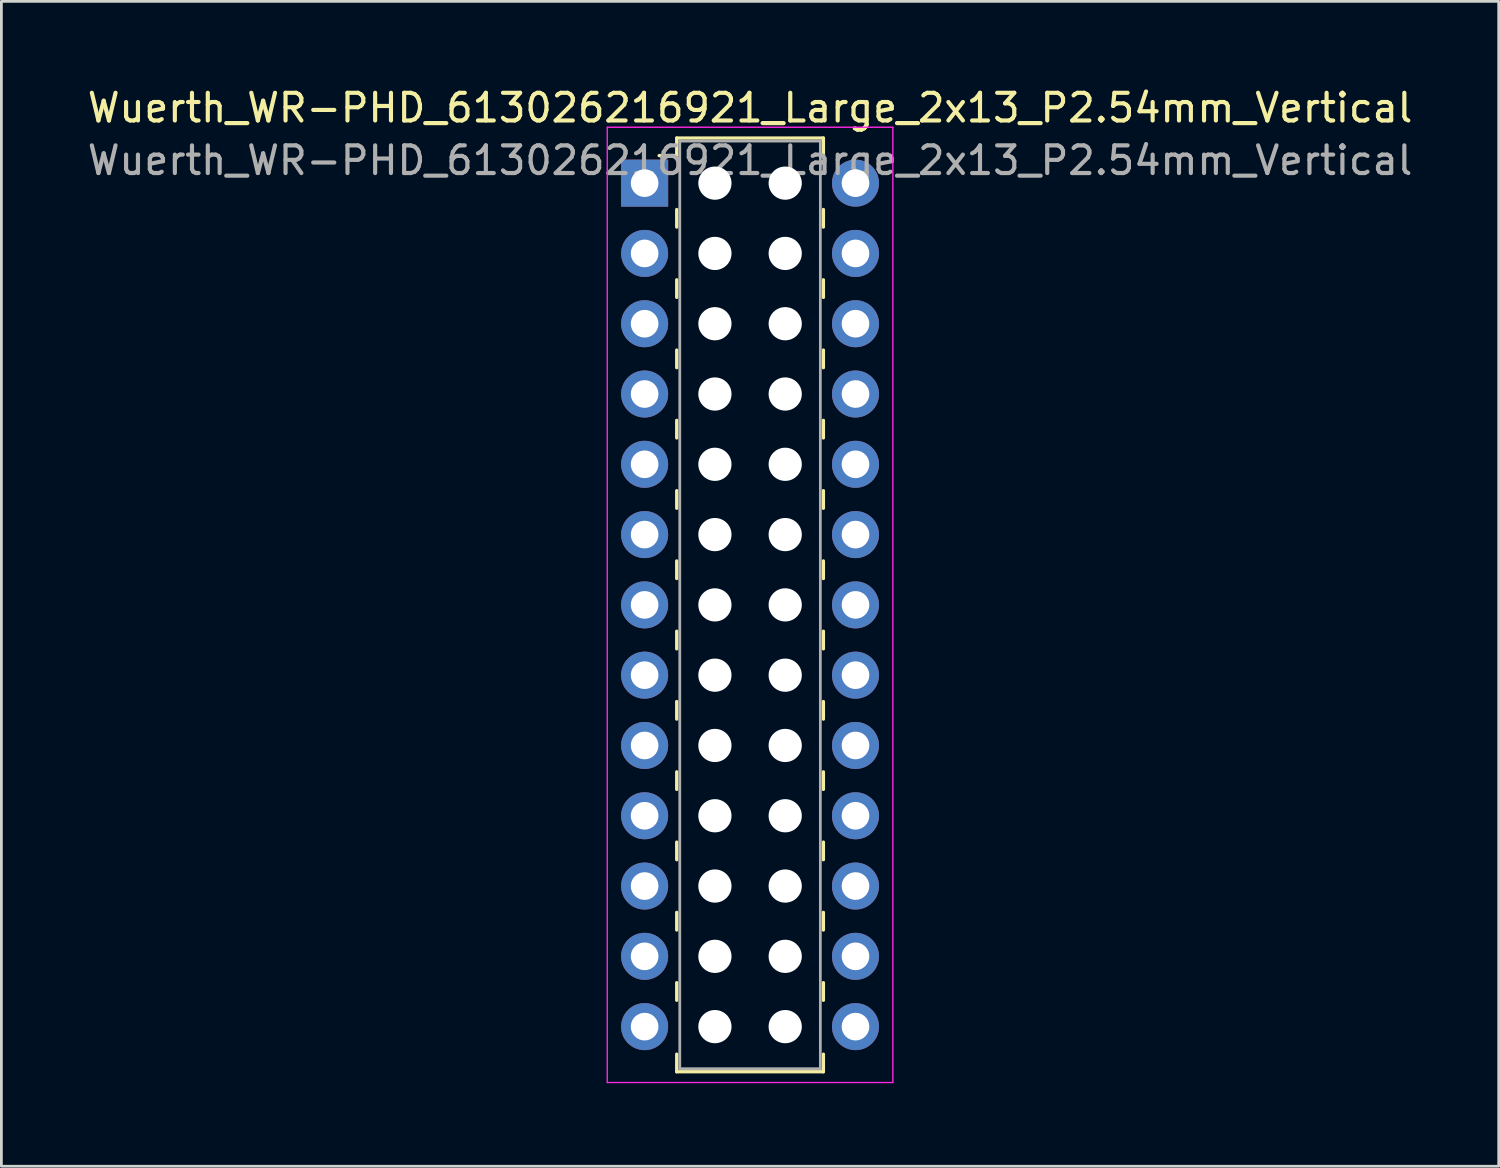
<source format=kicad_pcb>
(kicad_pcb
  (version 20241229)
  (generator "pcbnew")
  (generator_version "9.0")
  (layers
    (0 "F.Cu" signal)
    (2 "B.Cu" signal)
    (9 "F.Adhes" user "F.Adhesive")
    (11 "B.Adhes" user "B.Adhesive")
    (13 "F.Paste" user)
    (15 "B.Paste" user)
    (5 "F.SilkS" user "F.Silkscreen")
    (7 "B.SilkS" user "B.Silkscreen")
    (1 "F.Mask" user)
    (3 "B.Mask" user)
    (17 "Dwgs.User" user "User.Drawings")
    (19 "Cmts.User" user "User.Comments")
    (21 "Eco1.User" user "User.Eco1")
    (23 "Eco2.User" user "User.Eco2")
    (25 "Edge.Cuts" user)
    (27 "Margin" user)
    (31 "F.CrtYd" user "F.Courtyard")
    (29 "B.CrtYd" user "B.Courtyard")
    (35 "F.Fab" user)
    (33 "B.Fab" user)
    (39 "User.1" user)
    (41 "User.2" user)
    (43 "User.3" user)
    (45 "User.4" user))
  (footprint "Wuerth_WR-PHD_613026216921_Large_2x13_P2.54mm_Vertical"
    (layer "F.Cu")
    (at 20.244 3.568)
    (property "Reference" "Wuerth_WR-PHD_613026216921_Large_2x13_P2.54mm_Vertical" (at 3.81 -2.72 0) (layer "F.SilkS") (effects (font (size 1 1) (thickness 0.15))))
    (attr through_hole)
    (fp_line (start 1.16 -1.63) (end 1.16 -0.995) (stroke (width 0.12) (type solid)) (layer "F.SilkS"))
    (fp_line (start 1.16 -1.63) (end 6.46 -1.63) (stroke (width 0.12) (type solid)) (layer "F.SilkS"))
    (fp_line (start 1.16 -0.995) (end 0.525 -0.995) (stroke (width 0.12) (type solid)) (layer "F.SilkS"))
    (fp_line (start 1.16 0.953) (end 1.16 1.587) (stroke (width 0.12) (type solid)) (layer "F.SilkS"))
    (fp_line (start 1.16 3.493) (end 1.16 4.128) (stroke (width 0.12) (type solid)) (layer "F.SilkS"))
    (fp_line (start 1.16 6.032) (end 1.16 6.668) (stroke (width 0.12) (type solid)) (layer "F.SilkS"))
    (fp_line (start 1.16 8.572) (end 1.16 9.207) (stroke (width 0.12) (type solid)) (layer "F.SilkS"))
    (fp_line (start 1.16 11.113) (end 1.16 11.748) (stroke (width 0.12) (type solid)) (layer "F.SilkS"))
    (fp_line (start 1.16 13.652) (end 1.16 14.287) (stroke (width 0.12) (type solid)) (layer "F.SilkS"))
    (fp_line (start 1.16 16.192) (end 1.16 16.828) (stroke (width 0.12) (type solid)) (layer "F.SilkS"))
    (fp_line (start 1.16 18.733) (end 1.16 19.367) (stroke (width 0.12) (type solid)) (layer "F.SilkS"))
    (fp_line (start 1.16 21.273) (end 1.16 21.907) (stroke (width 0.12) (type solid)) (layer "F.SilkS"))
    (fp_line (start 1.16 23.812) (end 1.16 24.448) (stroke (width 0.12) (type solid)) (layer "F.SilkS"))
    (fp_line (start 1.16 26.352) (end 1.16 26.988) (stroke (width 0.12) (type solid)) (layer "F.SilkS"))
    (fp_line (start 1.16 28.892) (end 1.16 29.527) (stroke (width 0.12) (type solid)) (layer "F.SilkS"))
    (fp_line (start 1.16 32.11) (end 1.16 31.475) (stroke (width 0.12) (type solid)) (layer "F.SilkS"))
    (fp_line (start 1.16 32.11) (end 6.46 32.11) (stroke (width 0.12) (type solid)) (layer "F.SilkS"))
    (fp_line (start 6.46 -1.63) (end 6.46 -0.995) (stroke (width 0.12) (type solid)) (layer "F.SilkS"))
    (fp_line (start 6.46 0.953) (end 6.46 1.587) (stroke (width 0.12) (type solid)) (layer "F.SilkS"))
    (fp_line (start 6.46 3.493) (end 6.46 4.128) (stroke (width 0.12) (type solid)) (layer "F.SilkS"))
    (fp_line (start 6.46 6.032) (end 6.46 6.668) (stroke (width 0.12) (type solid)) (layer "F.SilkS"))
    (fp_line (start 6.46 8.572) (end 6.46 9.207) (stroke (width 0.12) (type solid)) (layer "F.SilkS"))
    (fp_line (start 6.46 11.113) (end 6.46 11.748) (stroke (width 0.12) (type solid)) (layer "F.SilkS"))
    (fp_line (start 6.46 13.652) (end 6.46 14.287) (stroke (width 0.12) (type solid)) (layer "F.SilkS"))
    (fp_line (start 6.46 16.192) (end 6.46 16.828) (stroke (width 0.12) (type solid)) (layer "F.SilkS"))
    (fp_line (start 6.46 18.733) (end 6.46 19.367) (stroke (width 0.12) (type solid)) (layer "F.SilkS"))
    (fp_line (start 6.46 21.273) (end 6.46 21.907) (stroke (width 0.12) (type solid)) (layer "F.SilkS"))
    (fp_line (start 6.46 23.812) (end 6.46 24.448) (stroke (width 0.12) (type solid)) (layer "F.SilkS"))
    (fp_line (start 6.46 26.352) (end 6.46 26.988) (stroke (width 0.12) (type solid)) (layer "F.SilkS"))
    (fp_line (start 6.46 28.892) (end 6.46 29.527) (stroke (width 0.12) (type solid)) (layer "F.SilkS"))
    (fp_line (start 6.46 32.11) (end 6.46 31.475) (stroke (width 0.12) (type solid)) (layer "F.SilkS"))
    (fp_line (start -1.35 -2.02) (end -1.35 32.5) (stroke (width 0.05) (type solid)) (layer "F.CrtYd"))
    (fp_line (start -1.35 32.5) (end 8.97 32.5) (stroke (width 0.05) (type solid)) (layer "F.CrtYd"))
    (fp_line (start 8.97 -2.02) (end -1.35 -2.02) (stroke (width 0.05) (type solid)) (layer "F.CrtYd"))
    (fp_line (start 8.97 32.5) (end 8.97 -2.02) (stroke (width 0.05) (type solid)) (layer "F.CrtYd"))
    (fp_line (start 1.27 -1.52) (end 1.27 32) (stroke (width 0.1) (type solid)) (layer "F.Fab"))
    (fp_line (start 1.27 32) (end 6.35 32) (stroke (width 0.1) (type solid)) (layer "F.Fab"))
    (fp_line (start 6.35 -1.52) (end 1.27 -1.52) (stroke (width 0.1) (type solid)) (layer "F.Fab"))
    (fp_line (start 6.35 32) (end 6.35 -1.52) (stroke (width 0.1) (type solid)) (layer "F.Fab"))
    (fp_text user "${REFERENCE}" (at 3.81 -0.82 0) (layer "F.Fab") (effects (font (size 1 1) (thickness 0.15))))
    (pad "" np_thru_hole circle (at 2.54 0) (size 1.2 1.2) (drill 1.2) (layers "*.Cu" "*.Mask"))
    (pad "" np_thru_hole circle (at 2.54 2.54) (size 1.2 1.2) (drill 1.2) (layers "*.Cu" "*.Mask"))
    (pad "" np_thru_hole circle (at 2.54 5.08) (size 1.2 1.2) (drill 1.2) (layers "*.Cu" "*.Mask"))
    (pad "" np_thru_hole circle (at 2.54 7.62) (size 1.2 1.2) (drill 1.2) (layers "*.Cu" "*.Mask"))
    (pad "" np_thru_hole circle (at 2.54 10.16) (size 1.2 1.2) (drill 1.2) (layers "*.Cu" "*.Mask"))
    (pad "" np_thru_hole circle (at 2.54 12.7) (size 1.2 1.2) (drill 1.2) (layers "*.Cu" "*.Mask"))
    (pad "" np_thru_hole circle (at 2.54 15.24) (size 1.2 1.2) (drill 1.2) (layers "*.Cu" "*.Mask"))
    (pad "" np_thru_hole circle (at 2.54 17.78) (size 1.2 1.2) (drill 1.2) (layers "*.Cu" "*.Mask"))
    (pad "" np_thru_hole circle (at 2.54 20.32) (size 1.2 1.2) (drill 1.2) (layers "*.Cu" "*.Mask"))
    (pad "" np_thru_hole circle (at 2.54 22.86) (size 1.2 1.2) (drill 1.2) (layers "*.Cu" "*.Mask"))
    (pad "" np_thru_hole circle (at 2.54 25.4) (size 1.2 1.2) (drill 1.2) (layers "*.Cu" "*.Mask"))
    (pad "" np_thru_hole circle (at 2.54 27.94) (size 1.2 1.2) (drill 1.2) (layers "*.Cu" "*.Mask"))
    (pad "" np_thru_hole circle (at 2.54 30.48) (size 1.2 1.2) (drill 1.2) (layers "*.Cu" "*.Mask"))
    (pad "" np_thru_hole circle (at 5.08 0) (size 1.2 1.2) (drill 1.2) (layers "*.Cu" "*.Mask"))
    (pad "" np_thru_hole circle (at 5.08 2.54) (size 1.2 1.2) (drill 1.2) (layers "*.Cu" "*.Mask"))
    (pad "" np_thru_hole circle (at 5.08 5.08) (size 1.2 1.2) (drill 1.2) (layers "*.Cu" "*.Mask"))
    (pad "" np_thru_hole circle (at 5.08 7.62) (size 1.2 1.2) (drill 1.2) (layers "*.Cu" "*.Mask"))
    (pad "" np_thru_hole circle (at 5.08 10.16) (size 1.2 1.2) (drill 1.2) (layers "*.Cu" "*.Mask"))
    (pad "" np_thru_hole circle (at 5.08 12.7) (size 1.2 1.2) (drill 1.2) (layers "*.Cu" "*.Mask"))
    (pad "" np_thru_hole circle (at 5.08 15.24) (size 1.2 1.2) (drill 1.2) (layers "*.Cu" "*.Mask"))
    (pad "" np_thru_hole circle (at 5.08 17.78) (size 1.2 1.2) (drill 1.2) (layers "*.Cu" "*.Mask"))
    (pad "" np_thru_hole circle (at 5.08 20.32) (size 1.2 1.2) (drill 1.2) (layers "*.Cu" "*.Mask"))
    (pad "" np_thru_hole circle (at 5.08 22.86) (size 1.2 1.2) (drill 1.2) (layers "*.Cu" "*.Mask"))
    (pad "" np_thru_hole circle (at 5.08 25.4) (size 1.2 1.2) (drill 1.2) (layers "*.Cu" "*.Mask"))
    (pad "" np_thru_hole circle (at 5.08 27.94) (size 1.2 1.2) (drill 1.2) (layers "*.Cu" "*.Mask"))
    (pad "" np_thru_hole circle (at 5.08 30.48) (size 1.2 1.2) (drill 1.2) (layers "*.Cu" "*.Mask"))
    (pad "1" thru_hole rect (at 0 0) (size 1.7 1.7) (drill 1) (layers "*.Cu" "*.Mask"))
    (pad "2" thru_hole circle (at 7.62 0) (size 1.7 1.7) (drill 1) (layers "*.Cu" "*.Mask"))
    (pad "3" thru_hole circle (at 0 2.54) (size 1.7 1.7) (drill 1) (layers "*.Cu" "*.Mask"))
    (pad "4" thru_hole circle (at 7.62 2.54) (size 1.7 1.7) (drill 1) (layers "*.Cu" "*.Mask"))
    (pad "5" thru_hole circle (at 0 5.08) (size 1.7 1.7) (drill 1) (layers "*.Cu" "*.Mask"))
    (pad "6" thru_hole circle (at 7.62 5.08) (size 1.7 1.7) (drill 1) (layers "*.Cu" "*.Mask"))
    (pad "7" thru_hole circle (at 0 7.62) (size 1.7 1.7) (drill 1) (layers "*.Cu" "*.Mask"))
    (pad "8" thru_hole circle (at 7.62 7.62) (size 1.7 1.7) (drill 1) (layers "*.Cu" "*.Mask"))
    (pad "9" thru_hole circle (at 0 10.16) (size 1.7 1.7) (drill 1) (layers "*.Cu" "*.Mask"))
    (pad "10" thru_hole circle (at 7.62 10.16) (size 1.7 1.7) (drill 1) (layers "*.Cu" "*.Mask"))
    (pad "11" thru_hole circle (at 0 12.7) (size 1.7 1.7) (drill 1) (layers "*.Cu" "*.Mask"))
    (pad "12" thru_hole circle (at 7.62 12.7) (size 1.7 1.7) (drill 1) (layers "*.Cu" "*.Mask"))
    (pad "13" thru_hole circle (at 0 15.24) (size 1.7 1.7) (drill 1) (layers "*.Cu" "*.Mask"))
    (pad "14" thru_hole circle (at 7.62 15.24) (size 1.7 1.7) (drill 1) (layers "*.Cu" "*.Mask"))
    (pad "15" thru_hole circle (at 0 17.78) (size 1.7 1.7) (drill 1) (layers "*.Cu" "*.Mask"))
    (pad "16" thru_hole circle (at 7.62 17.78) (size 1.7 1.7) (drill 1) (layers "*.Cu" "*.Mask"))
    (pad "17" thru_hole circle (at 0 20.32) (size 1.7 1.7) (drill 1) (layers "*.Cu" "*.Mask"))
    (pad "18" thru_hole circle (at 7.62 20.32) (size 1.7 1.7) (drill 1) (layers "*.Cu" "*.Mask"))
    (pad "19" thru_hole circle (at 0 22.86) (size 1.7 1.7) (drill 1) (layers "*.Cu" "*.Mask"))
    (pad "20" thru_hole circle (at 7.62 22.86) (size 1.7 1.7) (drill 1) (layers "*.Cu" "*.Mask"))
    (pad "21" thru_hole circle (at 0 25.4) (size 1.7 1.7) (drill 1) (layers "*.Cu" "*.Mask"))
    (pad "22" thru_hole circle (at 7.62 25.4) (size 1.7 1.7) (drill 1) (layers "*.Cu" "*.Mask"))
    (pad "23" thru_hole circle (at 0 27.94) (size 1.7 1.7) (drill 1) (layers "*.Cu" "*.Mask"))
    (pad "24" thru_hole circle (at 7.62 27.94) (size 1.7 1.7) (drill 1) (layers "*.Cu" "*.Mask"))
    (pad "25" thru_hole circle (at 0 30.48) (size 1.7 1.7) (drill 1) (layers "*.Cu" "*.Mask"))
    (pad "26" thru_hole circle (at 7.62 30.48) (size 1.7 1.7) (drill 1) (layers "*.Cu" "*.Mask")))
  (gr_rect
    (start -3 -3)
    (end 51.107 39.093)
    (stroke (width 0.1) (type default))
    (fill no)
    (layer "Edge.Cuts")))
</source>
